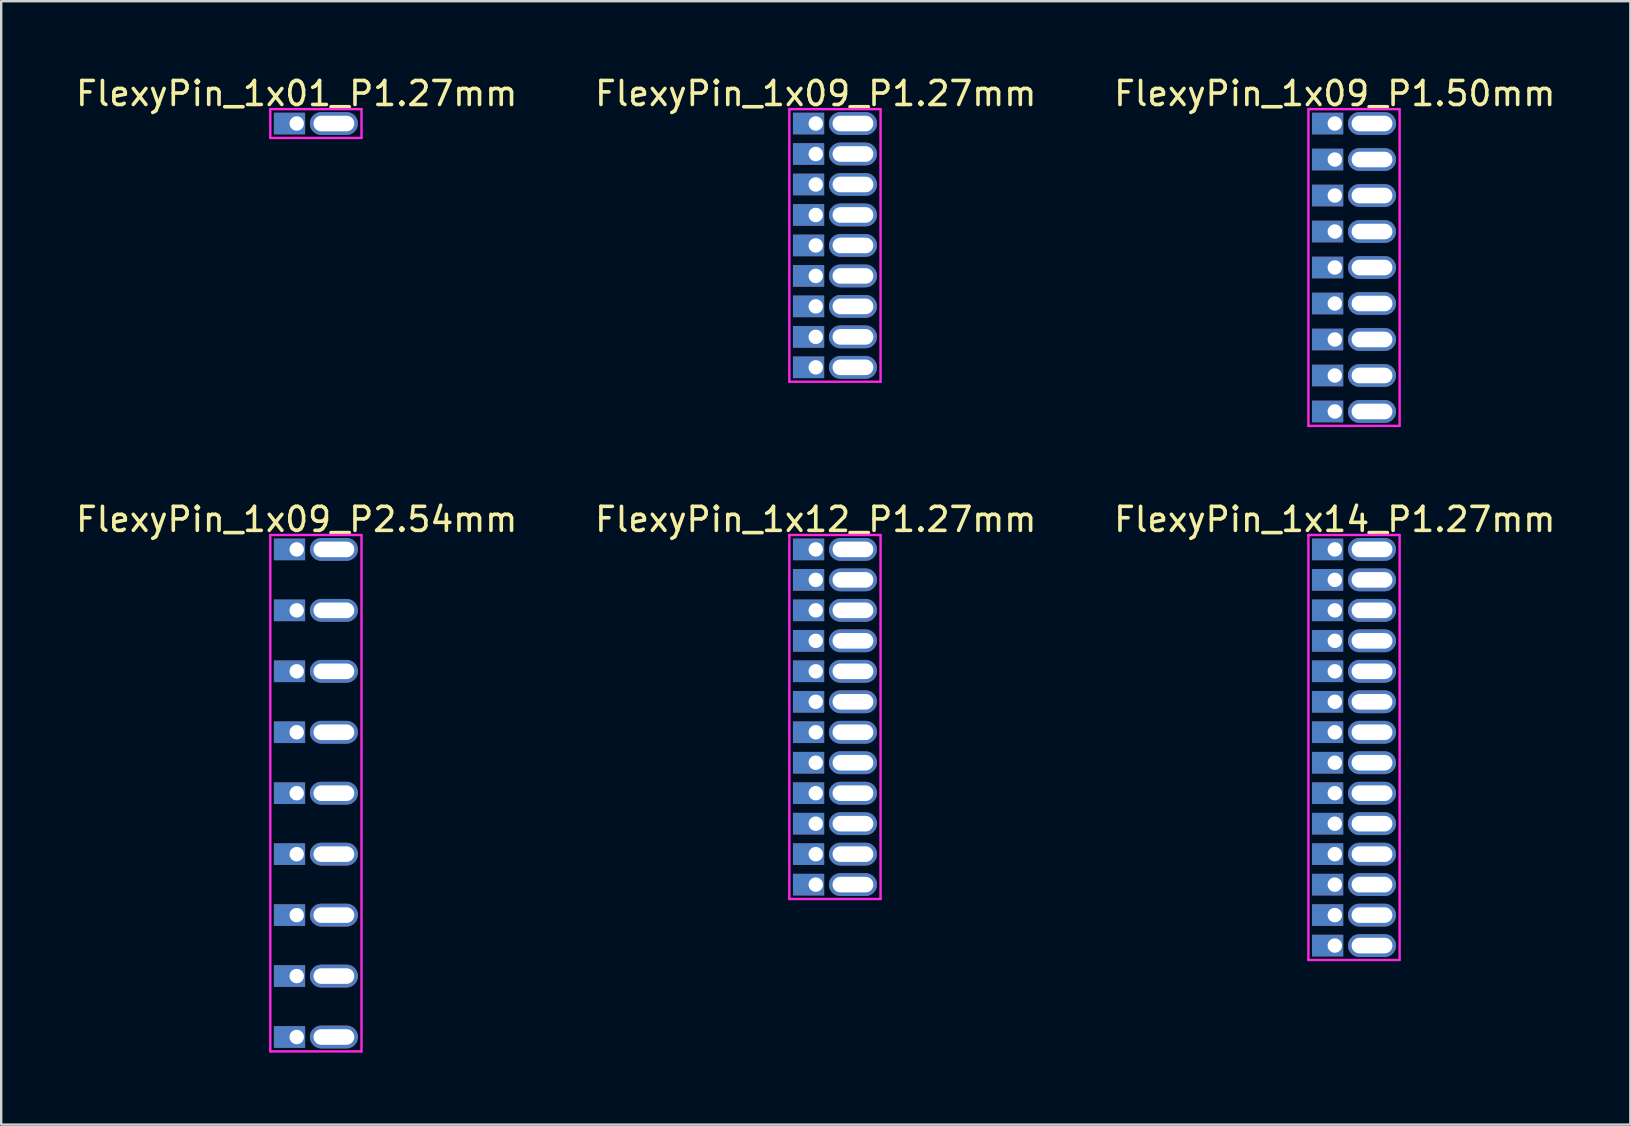
<source format=kicad_pcb>
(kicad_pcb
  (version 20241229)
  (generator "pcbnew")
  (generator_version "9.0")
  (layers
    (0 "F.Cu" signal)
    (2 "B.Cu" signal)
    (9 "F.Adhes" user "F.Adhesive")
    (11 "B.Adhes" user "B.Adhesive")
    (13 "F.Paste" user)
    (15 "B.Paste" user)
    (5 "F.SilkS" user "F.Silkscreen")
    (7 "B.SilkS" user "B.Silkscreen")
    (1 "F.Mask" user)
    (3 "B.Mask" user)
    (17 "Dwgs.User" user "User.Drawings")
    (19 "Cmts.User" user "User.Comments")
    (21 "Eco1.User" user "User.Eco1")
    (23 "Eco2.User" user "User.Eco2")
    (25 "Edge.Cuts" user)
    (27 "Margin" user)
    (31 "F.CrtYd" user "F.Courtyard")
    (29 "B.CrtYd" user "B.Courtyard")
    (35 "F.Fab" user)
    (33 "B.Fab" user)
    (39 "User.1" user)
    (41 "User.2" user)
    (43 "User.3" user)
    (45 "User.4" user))
  (footprint "FlexyPin_1x12_P1.27mm"
    (layer "F.Cu")
    (at 30.946 19.846)
    (property "Reference" "FlexyPin_1x12_P1.27mm" (at 0 -1.25 0) (layer "F.SilkS") (effects (font (size 1 1) (thickness 0.15))))
    (attr through_hole)
    (fp_line (start -1.1 -0.6) (end 2.7 -0.6) (stroke (width 0.1) (type solid)) (layer "F.CrtYd"))
    (fp_line (start -1.1 14.57) (end -1.1 -0.6) (stroke (width 0.1) (type solid)) (layer "F.CrtYd"))
    (fp_line (start 2.7 -0.6) (end 2.7 14.57) (stroke (width 0.1) (type solid)) (layer "F.CrtYd"))
    (fp_line (start 2.7 14.57) (end -1.1 14.57) (stroke (width 0.1) (type solid)) (layer "F.CrtYd"))
    (pad "" thru_hole oval (at 1.55 0) (size 2 0.95) (drill oval 1.7 0.65) (layers "*.Cu" "*.Mask"))
    (pad "" thru_hole oval (at 1.55 1.27) (size 2 0.95) (drill oval 1.7 0.65) (layers "*.Cu" "*.Mask"))
    (pad "" thru_hole oval (at 1.55 2.54) (size 2 0.95) (drill oval 1.7 0.65) (layers "*.Cu" "*.Mask"))
    (pad "" thru_hole oval (at 1.55 3.81) (size 2 0.95) (drill oval 1.7 0.65) (layers "*.Cu" "*.Mask"))
    (pad "" thru_hole oval (at 1.55 5.08) (size 2 0.95) (drill oval 1.7 0.65) (layers "*.Cu" "*.Mask"))
    (pad "" thru_hole oval (at 1.55 6.35) (size 2 0.95) (drill oval 1.7 0.65) (layers "*.Cu" "*.Mask"))
    (pad "" thru_hole oval (at 1.55 7.62) (size 2 0.95) (drill oval 1.7 0.65) (layers "*.Cu" "*.Mask"))
    (pad "" thru_hole oval (at 1.55 8.89) (size 2 0.95) (drill oval 1.7 0.65) (layers "*.Cu" "*.Mask"))
    (pad "" thru_hole oval (at 1.55 10.16) (size 2 0.95) (drill oval 1.7 0.65) (layers "*.Cu" "*.Mask"))
    (pad "" thru_hole oval (at 1.55 11.43) (size 2 0.95) (drill oval 1.7 0.65) (layers "*.Cu" "*.Mask"))
    (pad "" thru_hole oval (at 1.55 12.7) (size 2 0.95) (drill oval 1.7 0.65) (layers "*.Cu" "*.Mask"))
    (pad "" thru_hole oval (at 1.55 13.97) (size 2 0.95) (drill oval 1.7 0.65) (layers "*.Cu" "*.Mask"))
    (pad "1" thru_hole rect (at 0 0) (size 1.3 0.9) (drill 0.6 (offset -0.3 0)) (layers "*.Cu" "*.Mask"))
    (pad "2" thru_hole rect (at 0 1.27) (size 1.3 0.9) (drill 0.6 (offset -0.3 0)) (layers "*.Cu" "*.Mask"))
    (pad "3" thru_hole rect (at 0 2.54) (size 1.3 0.9) (drill 0.6 (offset -0.3 0)) (layers "*.Cu" "*.Mask"))
    (pad "4" thru_hole rect (at 0 3.81) (size 1.3 0.9) (drill 0.6 (offset -0.3 0)) (layers "*.Cu" "*.Mask"))
    (pad "5" thru_hole rect (at 0 5.08) (size 1.3 0.9) (drill 0.6 (offset -0.3 0)) (layers "*.Cu" "*.Mask"))
    (pad "6" thru_hole rect (at 0 6.35) (size 1.3 0.9) (drill 0.6 (offset -0.3 0)) (layers "*.Cu" "*.Mask"))
    (pad "7" thru_hole rect (at 0 7.62) (size 1.3 0.9) (drill 0.6 (offset -0.3 0)) (layers "*.Cu" "*.Mask"))
    (pad "8" thru_hole rect (at 0 8.89) (size 1.3 0.9) (drill 0.6 (offset -0.3 0)) (layers "*.Cu" "*.Mask"))
    (pad "9" thru_hole rect (at 0 10.16) (size 1.3 0.9) (drill 0.6 (offset -0.3 0)) (layers "*.Cu" "*.Mask"))
    (pad "10" thru_hole rect (at 0 11.43) (size 1.3 0.9) (drill 0.6 (offset -0.3 0)) (layers "*.Cu" "*.Mask"))
    (pad "11" thru_hole rect (at 0 12.7) (size 1.3 0.9) (drill 0.6 (offset -0.3 0)) (layers "*.Cu" "*.Mask"))
    (pad "12" thru_hole rect (at 0 13.97) (size 1.3 0.9) (drill 0.6 (offset -0.3 0)) (layers "*.Cu" "*.Mask")))
  (footprint "FlexyPin_1x09_P1.50mm"
    (layer "F.Cu")
    (at 52.577 2.098)
    (property "Reference" "FlexyPin_1x09_P1.50mm" (at 0 -1.25 0) (layer "F.SilkS") (effects (font (size 1 1) (thickness 0.15))))
    (attr through_hole)
    (fp_line (start -1.1 -0.6) (end 2.7 -0.6) (stroke (width 0.1) (type solid)) (layer "F.CrtYd"))
    (fp_line (start -1.1 12.6) (end -1.1 -0.6) (stroke (width 0.1) (type solid)) (layer "F.CrtYd"))
    (fp_line (start 2.7 -0.6) (end 2.7 12.6) (stroke (width 0.1) (type solid)) (layer "F.CrtYd"))
    (fp_line (start 2.7 12.6) (end -1.1 12.6) (stroke (width 0.1) (type solid)) (layer "F.CrtYd"))
    (pad "" thru_hole oval (at 1.55 0) (size 2 0.95) (drill oval 1.7 0.65) (layers "*.Cu" "*.Mask"))
    (pad "" thru_hole oval (at 1.55 1.5) (size 2 0.95) (drill oval 1.7 0.65) (layers "*.Cu" "*.Mask"))
    (pad "" thru_hole oval (at 1.55 3) (size 2 0.95) (drill oval 1.7 0.65) (layers "*.Cu" "*.Mask"))
    (pad "" thru_hole oval (at 1.55 4.5) (size 2 0.95) (drill oval 1.7 0.65) (layers "*.Cu" "*.Mask"))
    (pad "" thru_hole oval (at 1.55 6) (size 2 0.95) (drill oval 1.7 0.65) (layers "*.Cu" "*.Mask"))
    (pad "" thru_hole oval (at 1.55 7.5) (size 2 0.95) (drill oval 1.7 0.65) (layers "*.Cu" "*.Mask"))
    (pad "" thru_hole oval (at 1.55 9) (size 2 0.95) (drill oval 1.7 0.65) (layers "*.Cu" "*.Mask"))
    (pad "" thru_hole oval (at 1.55 10.5) (size 2 0.95) (drill oval 1.7 0.65) (layers "*.Cu" "*.Mask"))
    (pad "" thru_hole oval (at 1.55 12) (size 2 0.95) (drill oval 1.7 0.65) (layers "*.Cu" "*.Mask"))
    (pad "1" thru_hole rect (at 0 0) (size 1.3 0.9) (drill 0.6 (offset -0.3 0)) (layers "*.Cu" "*.Mask"))
    (pad "2" thru_hole rect (at 0 1.5) (size 1.3 0.9) (drill 0.6 (offset -0.3 0)) (layers "*.Cu" "*.Mask"))
    (pad "3" thru_hole rect (at 0 3) (size 1.3 0.9) (drill 0.6 (offset -0.3 0)) (layers "*.Cu" "*.Mask"))
    (pad "4" thru_hole rect (at 0 4.5) (size 1.3 0.9) (drill 0.6 (offset -0.3 0)) (layers "*.Cu" "*.Mask"))
    (pad "5" thru_hole rect (at 0 6) (size 1.3 0.9) (drill 0.6 (offset -0.3 0)) (layers "*.Cu" "*.Mask"))
    (pad "6" thru_hole rect (at 0 7.5) (size 1.3 0.9) (drill 0.6 (offset -0.3 0)) (layers "*.Cu" "*.Mask"))
    (pad "7" thru_hole rect (at 0 9) (size 1.3 0.9) (drill 0.6 (offset -0.3 0)) (layers "*.Cu" "*.Mask"))
    (pad "8" thru_hole rect (at 0 10.5) (size 1.3 0.9) (drill 0.6 (offset -0.3 0)) (layers "*.Cu" "*.Mask"))
    (pad "9" thru_hole rect (at 0 12) (size 1.3 0.9) (drill 0.6 (offset -0.3 0)) (layers "*.Cu" "*.Mask")))
  (footprint "FlexyPin_1x09_P2.54mm"
    (layer "F.Cu")
    (at 9.315 19.846)
    (property "Reference" "FlexyPin_1x09_P2.54mm" (at 0 -1.25 0) (layer "F.SilkS") (effects (font (size 1 1) (thickness 0.15))))
    (attr through_hole)
    (fp_line (start -1.1 -0.6) (end 2.7 -0.6) (stroke (width 0.1) (type solid)) (layer "F.CrtYd"))
    (fp_line (start -1.1 20.92) (end -1.1 -0.6) (stroke (width 0.1) (type solid)) (layer "F.CrtYd"))
    (fp_line (start 2.7 -0.6) (end 2.7 20.92) (stroke (width 0.1) (type solid)) (layer "F.CrtYd"))
    (fp_line (start 2.7 20.92) (end -1.1 20.92) (stroke (width 0.1) (type solid)) (layer "F.CrtYd"))
    (pad "" thru_hole oval (at 1.55 0) (size 2 0.95) (drill oval 1.7 0.65) (layers "*.Cu" "*.Mask"))
    (pad "" thru_hole oval (at 1.55 2.54) (size 2 0.95) (drill oval 1.7 0.65) (layers "*.Cu" "*.Mask"))
    (pad "" thru_hole oval (at 1.55 5.08) (size 2 0.95) (drill oval 1.7 0.65) (layers "*.Cu" "*.Mask"))
    (pad "" thru_hole oval (at 1.55 7.62) (size 2 0.95) (drill oval 1.7 0.65) (layers "*.Cu" "*.Mask"))
    (pad "" thru_hole oval (at 1.55 10.16) (size 2 0.95) (drill oval 1.7 0.65) (layers "*.Cu" "*.Mask"))
    (pad "" thru_hole oval (at 1.55 12.7) (size 2 0.95) (drill oval 1.7 0.65) (layers "*.Cu" "*.Mask"))
    (pad "" thru_hole oval (at 1.55 15.24) (size 2 0.95) (drill oval 1.7 0.65) (layers "*.Cu" "*.Mask"))
    (pad "" thru_hole oval (at 1.55 17.78) (size 2 0.95) (drill oval 1.7 0.65) (layers "*.Cu" "*.Mask"))
    (pad "" thru_hole oval (at 1.55 20.32) (size 2 0.95) (drill oval 1.7 0.65) (layers "*.Cu" "*.Mask"))
    (pad "1" thru_hole rect (at 0 0) (size 1.3 0.9) (drill 0.6 (offset -0.3 0)) (layers "*.Cu" "*.Mask"))
    (pad "2" thru_hole rect (at 0 2.54) (size 1.3 0.9) (drill 0.6 (offset -0.3 0)) (layers "*.Cu" "*.Mask"))
    (pad "3" thru_hole rect (at 0 5.08) (size 1.3 0.9) (drill 0.6 (offset -0.3 0)) (layers "*.Cu" "*.Mask"))
    (pad "4" thru_hole rect (at 0 7.62) (size 1.3 0.9) (drill 0.6 (offset -0.3 0)) (layers "*.Cu" "*.Mask"))
    (pad "5" thru_hole rect (at 0 10.16) (size 1.3 0.9) (drill 0.6 (offset -0.3 0)) (layers "*.Cu" "*.Mask"))
    (pad "6" thru_hole rect (at 0 12.7) (size 1.3 0.9) (drill 0.6 (offset -0.3 0)) (layers "*.Cu" "*.Mask"))
    (pad "7" thru_hole rect (at 0 15.24) (size 1.3 0.9) (drill 0.6 (offset -0.3 0)) (layers "*.Cu" "*.Mask"))
    (pad "8" thru_hole rect (at 0 17.78) (size 1.3 0.9) (drill 0.6 (offset -0.3 0)) (layers "*.Cu" "*.Mask"))
    (pad "9" thru_hole rect (at 0 20.32) (size 1.3 0.9) (drill 0.6 (offset -0.3 0)) (layers "*.Cu" "*.Mask")))
  (footprint "FlexyPin_1x09_P1.27mm"
    (layer "F.Cu")
    (at 30.946 2.098)
    (property "Reference" "FlexyPin_1x09_P1.27mm" (at 0 -1.25 0) (layer "F.SilkS") (effects (font (size 1 1) (thickness 0.15))))
    (attr through_hole)
    (fp_line (start -1.1 -0.6) (end 2.7 -0.6) (stroke (width 0.1) (type solid)) (layer "F.CrtYd"))
    (fp_line (start -1.1 10.76) (end -1.1 -0.6) (stroke (width 0.1) (type solid)) (layer "F.CrtYd"))
    (fp_line (start 2.7 -0.6) (end 2.7 10.76) (stroke (width 0.1) (type solid)) (layer "F.CrtYd"))
    (fp_line (start 2.7 10.76) (end -1.1 10.76) (stroke (width 0.1) (type solid)) (layer "F.CrtYd"))
    (pad "" thru_hole oval (at 1.55 0) (size 2 0.95) (drill oval 1.7 0.65) (layers "*.Cu" "*.Mask"))
    (pad "" thru_hole oval (at 1.55 1.27) (size 2 0.95) (drill oval 1.7 0.65) (layers "*.Cu" "*.Mask"))
    (pad "" thru_hole oval (at 1.55 2.54) (size 2 0.95) (drill oval 1.7 0.65) (layers "*.Cu" "*.Mask"))
    (pad "" thru_hole oval (at 1.55 3.81) (size 2 0.95) (drill oval 1.7 0.65) (layers "*.Cu" "*.Mask"))
    (pad "" thru_hole oval (at 1.55 5.08) (size 2 0.95) (drill oval 1.7 0.65) (layers "*.Cu" "*.Mask"))
    (pad "" thru_hole oval (at 1.55 6.35) (size 2 0.95) (drill oval 1.7 0.65) (layers "*.Cu" "*.Mask"))
    (pad "" thru_hole oval (at 1.55 7.62) (size 2 0.95) (drill oval 1.7 0.65) (layers "*.Cu" "*.Mask"))
    (pad "" thru_hole oval (at 1.55 8.89) (size 2 0.95) (drill oval 1.7 0.65) (layers "*.Cu" "*.Mask"))
    (pad "" thru_hole oval (at 1.55 10.16) (size 2 0.95) (drill oval 1.7 0.65) (layers "*.Cu" "*.Mask"))
    (pad "1" thru_hole rect (at 0 0) (size 1.3 0.9) (drill 0.6 (offset -0.3 0)) (layers "*.Cu" "*.Mask"))
    (pad "2" thru_hole rect (at 0 1.27) (size 1.3 0.9) (drill 0.6 (offset -0.3 0)) (layers "*.Cu" "*.Mask"))
    (pad "3" thru_hole rect (at 0 2.54) (size 1.3 0.9) (drill 0.6 (offset -0.3 0)) (layers "*.Cu" "*.Mask"))
    (pad "4" thru_hole rect (at 0 3.81) (size 1.3 0.9) (drill 0.6 (offset -0.3 0)) (layers "*.Cu" "*.Mask"))
    (pad "5" thru_hole rect (at 0 5.08) (size 1.3 0.9) (drill 0.6 (offset -0.3 0)) (layers "*.Cu" "*.Mask"))
    (pad "6" thru_hole rect (at 0 6.35) (size 1.3 0.9) (drill 0.6 (offset -0.3 0)) (layers "*.Cu" "*.Mask"))
    (pad "7" thru_hole rect (at 0 7.62) (size 1.3 0.9) (drill 0.6 (offset -0.3 0)) (layers "*.Cu" "*.Mask"))
    (pad "8" thru_hole rect (at 0 8.89) (size 1.3 0.9) (drill 0.6 (offset -0.3 0)) (layers "*.Cu" "*.Mask"))
    (pad "9" thru_hole rect (at 0 10.16) (size 1.3 0.9) (drill 0.6 (offset -0.3 0)) (layers "*.Cu" "*.Mask")))
  (footprint "FlexyPin_1x01_P1.27mm"
    (layer "F.Cu")
    (at 9.315 2.098)
    (property "Reference" "FlexyPin_1x01_P1.27mm" (at 0 -1.25 0) (layer "F.SilkS") (effects (font (size 1 1) (thickness 0.15))))
    (attr through_hole)
    (fp_line (start -1.1 -0.6) (end 2.7 -0.6) (stroke (width 0.1) (type solid)) (layer "F.CrtYd"))
    (fp_line (start -1.1 0.6) (end -1.1 -0.6) (stroke (width 0.1) (type solid)) (layer "F.CrtYd"))
    (fp_line (start 2.7 -0.6) (end 2.7 0.6) (stroke (width 0.1) (type solid)) (layer "F.CrtYd"))
    (fp_line (start 2.7 0.6) (end -1.1 0.6) (stroke (width 0.1) (type solid)) (layer "F.CrtYd"))
    (pad "" thru_hole oval (at 1.55 0) (size 2 0.95) (drill oval 1.7 0.65) (layers "*.Cu" "*.Mask"))
    (pad "1" thru_hole rect (at 0 0) (size 1.3 0.9) (drill 0.6 (offset -0.3 0)) (layers "*.Cu" "*.Mask")))
  (footprint "FlexyPin_1x14_P1.27mm"
    (layer "F.Cu")
    (at 52.577 19.846)
    (property "Reference" "FlexyPin_1x14_P1.27mm" (at 0 -1.25 0) (layer "F.SilkS") (effects (font (size 1 1) (thickness 0.15))))
    (attr through_hole)
    (fp_line (start -1.1 -0.6) (end 2.7 -0.6) (stroke (width 0.1) (type solid)) (layer "F.CrtYd"))
    (fp_line (start -1.1 17.11) (end -1.1 -0.6) (stroke (width 0.1) (type solid)) (layer "F.CrtYd"))
    (fp_line (start 2.7 -0.6) (end 2.7 17.11) (stroke (width 0.1) (type solid)) (layer "F.CrtYd"))
    (fp_line (start 2.7 17.11) (end -1.1 17.11) (stroke (width 0.1) (type solid)) (layer "F.CrtYd"))
    (pad "" thru_hole oval (at 1.55 0) (size 2 0.95) (drill oval 1.7 0.65) (layers "*.Cu" "*.Mask"))
    (pad "" thru_hole oval (at 1.55 1.27) (size 2 0.95) (drill oval 1.7 0.65) (layers "*.Cu" "*.Mask"))
    (pad "" thru_hole oval (at 1.55 2.54) (size 2 0.95) (drill oval 1.7 0.65) (layers "*.Cu" "*.Mask"))
    (pad "" thru_hole oval (at 1.55 3.81) (size 2 0.95) (drill oval 1.7 0.65) (layers "*.Cu" "*.Mask"))
    (pad "" thru_hole oval (at 1.55 5.08) (size 2 0.95) (drill oval 1.7 0.65) (layers "*.Cu" "*.Mask"))
    (pad "" thru_hole oval (at 1.55 6.35) (size 2 0.95) (drill oval 1.7 0.65) (layers "*.Cu" "*.Mask"))
    (pad "" thru_hole oval (at 1.55 7.62) (size 2 0.95) (drill oval 1.7 0.65) (layers "*.Cu" "*.Mask"))
    (pad "" thru_hole oval (at 1.55 8.89) (size 2 0.95) (drill oval 1.7 0.65) (layers "*.Cu" "*.Mask"))
    (pad "" thru_hole oval (at 1.55 10.16) (size 2 0.95) (drill oval 1.7 0.65) (layers "*.Cu" "*.Mask"))
    (pad "" thru_hole oval (at 1.55 11.43) (size 2 0.95) (drill oval 1.7 0.65) (layers "*.Cu" "*.Mask"))
    (pad "" thru_hole oval (at 1.55 12.7) (size 2 0.95) (drill oval 1.7 0.65) (layers "*.Cu" "*.Mask"))
    (pad "" thru_hole oval (at 1.55 13.97) (size 2 0.95) (drill oval 1.7 0.65) (layers "*.Cu" "*.Mask"))
    (pad "" thru_hole oval (at 1.55 15.24) (size 2 0.95) (drill oval 1.7 0.65) (layers "*.Cu" "*.Mask"))
    (pad "" thru_hole oval (at 1.55 16.51) (size 2 0.95) (drill oval 1.7 0.65) (layers "*.Cu" "*.Mask"))
    (pad "1" thru_hole rect (at 0 0) (size 1.3 0.9) (drill 0.6 (offset -0.3 0)) (layers "*.Cu" "*.Mask"))
    (pad "2" thru_hole rect (at 0 1.27) (size 1.3 0.9) (drill 0.6 (offset -0.3 0)) (layers "*.Cu" "*.Mask"))
    (pad "3" thru_hole rect (at 0 2.54) (size 1.3 0.9) (drill 0.6 (offset -0.3 0)) (layers "*.Cu" "*.Mask"))
    (pad "4" thru_hole rect (at 0 3.81) (size 1.3 0.9) (drill 0.6 (offset -0.3 0)) (layers "*.Cu" "*.Mask"))
    (pad "5" thru_hole rect (at 0 5.08) (size 1.3 0.9) (drill 0.6 (offset -0.3 0)) (layers "*.Cu" "*.Mask"))
    (pad "6" thru_hole rect (at 0 6.35) (size 1.3 0.9) (drill 0.6 (offset -0.3 0)) (layers "*.Cu" "*.Mask"))
    (pad "7" thru_hole rect (at 0 7.62) (size 1.3 0.9) (drill 0.6 (offset -0.3 0)) (layers "*.Cu" "*.Mask"))
    (pad "8" thru_hole rect (at 0 8.89) (size 1.3 0.9) (drill 0.6 (offset -0.3 0)) (layers "*.Cu" "*.Mask"))
    (pad "9" thru_hole rect (at 0 10.16) (size 1.3 0.9) (drill 0.6 (offset -0.3 0)) (layers "*.Cu" "*.Mask"))
    (pad "10" thru_hole rect (at 0 11.43) (size 1.3 0.9) (drill 0.6 (offset -0.3 0)) (layers "*.Cu" "*.Mask"))
    (pad "11" thru_hole rect (at 0 12.7) (size 1.3 0.9) (drill 0.6 (offset -0.3 0)) (layers "*.Cu" "*.Mask"))
    (pad "12" thru_hole rect (at 0 13.97) (size 1.3 0.9) (drill 0.6 (offset -0.3 0)) (layers "*.Cu" "*.Mask"))
    (pad "13" thru_hole rect (at 0 15.24) (size 1.3 0.9) (drill 0.6 (offset -0.3 0)) (layers "*.Cu" "*.Mask"))
    (pad "14" thru_hole rect (at 0 16.51) (size 1.3 0.9) (drill 0.6 (offset -0.3 0)) (layers "*.Cu" "*.Mask")))
  (gr_rect
    (start -3 -3)
    (end 64.893 43.816)
    (stroke (width 0.1) (type default))
    (fill no)
    (layer "Edge.Cuts")))
</source>
